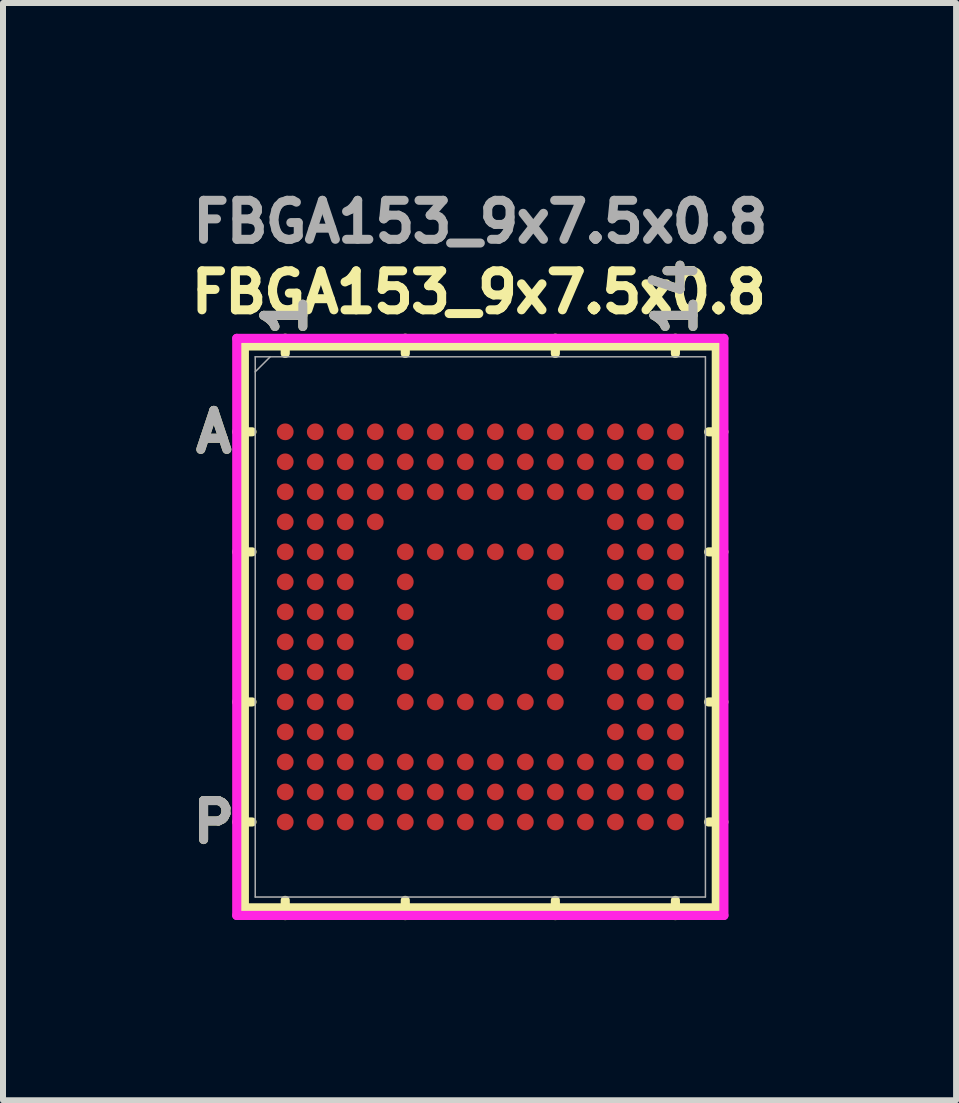
<source format=kicad_pcb>
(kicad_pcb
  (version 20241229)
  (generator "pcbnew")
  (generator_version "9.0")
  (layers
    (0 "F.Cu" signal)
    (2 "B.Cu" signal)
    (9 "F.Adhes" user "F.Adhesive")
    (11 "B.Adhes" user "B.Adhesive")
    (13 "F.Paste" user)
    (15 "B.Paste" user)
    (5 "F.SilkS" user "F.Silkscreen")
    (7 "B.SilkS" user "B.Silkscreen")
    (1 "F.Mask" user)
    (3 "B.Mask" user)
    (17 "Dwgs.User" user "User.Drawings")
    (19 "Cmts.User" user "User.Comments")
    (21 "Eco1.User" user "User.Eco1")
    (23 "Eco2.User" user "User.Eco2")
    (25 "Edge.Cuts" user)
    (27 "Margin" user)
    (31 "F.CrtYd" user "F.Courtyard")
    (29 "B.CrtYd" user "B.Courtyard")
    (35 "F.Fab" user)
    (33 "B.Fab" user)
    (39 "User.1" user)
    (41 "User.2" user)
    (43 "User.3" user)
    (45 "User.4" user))
  (footprint "FBGA153_9x7.5x0.8"
    (layer "F.Cu")
    (at 4.952 7.394)
    (property "Reference" "FBGA153_9x7.5x0.8" (at -0.025 -5.575 0) (unlocked yes) (layer "F.SilkS") (effects (font (size 0.65 0.65) (thickness 0.15))))
    (attr smd)
    (fp_line (start -3.931 -4.68) (end -3.931 4.68) (stroke (width 0.152) (type solid)) (layer "F.SilkS"))
    (fp_line (start -3.931 4.68) (end 3.931 4.68) (stroke (width 0.152) (type solid)) (layer "F.SilkS"))
    (fp_line (start -3.804 -3.25) (end -4.058 -3.25) (stroke (width 0.152) (type solid)) (layer "F.SilkS"))
    (fp_line (start -3.804 -1.25) (end -4.058 -1.25) (stroke (width 0.152) (type solid)) (layer "F.SilkS"))
    (fp_line (start -3.804 1.25) (end -4.058 1.25) (stroke (width 0.152) (type solid)) (layer "F.SilkS"))
    (fp_line (start -3.804 3.25) (end -4.058 3.25) (stroke (width 0.152) (type solid)) (layer "F.SilkS"))
    (fp_line (start -3.25 -4.556) (end -3.25 -4.81) (stroke (width 0.152) (type solid)) (layer "F.SilkS"))
    (fp_line (start -3.25 4.556) (end -3.25 4.81) (stroke (width 0.152) (type solid)) (layer "F.SilkS"))
    (fp_line (start -1.25 -4.556) (end -1.25 -4.81) (stroke (width 0.152) (type solid)) (layer "F.SilkS"))
    (fp_line (start -1.25 4.556) (end -1.25 4.81) (stroke (width 0.152) (type solid)) (layer "F.SilkS"))
    (fp_line (start 1.25 -4.556) (end 1.25 -4.81) (stroke (width 0.152) (type solid)) (layer "F.SilkS"))
    (fp_line (start 1.25 4.556) (end 1.25 4.81) (stroke (width 0.152) (type solid)) (layer "F.SilkS"))
    (fp_line (start 3.25 -4.556) (end 3.25 -4.81) (stroke (width 0.152) (type solid)) (layer "F.SilkS"))
    (fp_line (start 3.25 4.556) (end 3.25 4.81) (stroke (width 0.152) (type solid)) (layer "F.SilkS"))
    (fp_line (start 3.804 -3.25) (end 4.058 -3.25) (stroke (width 0.152) (type solid)) (layer "F.SilkS"))
    (fp_line (start 3.804 -1.25) (end 4.058 -1.25) (stroke (width 0.152) (type solid)) (layer "F.SilkS"))
    (fp_line (start 3.804 1.25) (end 4.058 1.25) (stroke (width 0.152) (type solid)) (layer "F.SilkS"))
    (fp_line (start 3.804 3.25) (end 4.058 3.25) (stroke (width 0.152) (type solid)) (layer "F.SilkS"))
    (fp_line (start 3.931 -4.68) (end -3.931 -4.68) (stroke (width 0.152) (type solid)) (layer "F.SilkS"))
    (fp_line (start 3.931 4.68) (end 3.931 -4.68) (stroke (width 0.152) (type solid)) (layer "F.SilkS"))
    (fp_line (start -4.058 -4.807) (end 4.058 -4.807) (stroke (width 0.152) (type solid)) (layer "F.CrtYd"))
    (fp_line (start -4.058 4.807) (end -4.058 -4.807) (stroke (width 0.152) (type solid)) (layer "F.CrtYd"))
    (fp_line (start 4.058 -4.807) (end 4.058 4.807) (stroke (width 0.152) (type solid)) (layer "F.CrtYd"))
    (fp_line (start 4.058 4.807) (end -4.058 4.807) (stroke (width 0.152) (type solid)) (layer "F.CrtYd"))
    (fp_line (start -3.75 -4.5) (end -3.75 4.5) (stroke (width 0.025) (type solid)) (layer "F.Fab"))
    (fp_line (start -3.75 4.5) (end 3.75 4.5) (stroke (width 0.025) (type solid)) (layer "F.Fab"))
    (fp_line (start -3.5 -4.5) (end -3.75 -4.25) (stroke (width 0.025) (type solid)) (layer "F.Fab"))
    (fp_line (start 3.75 -4.5) (end -3.75 -4.5) (stroke (width 0.025) (type solid)) (layer "F.Fab"))
    (fp_line (start 3.75 4.5) (end 3.75 -4.5) (stroke (width 0.025) (type solid)) (layer "F.Fab"))
    (fp_text user "1" (at -3.25 -5.19 90) (unlocked yes) (layer "F.SilkS") (effects (font (size 0.65 0.65) (thickness 0.15))))
    (fp_text user "A" (at -4.44 -3.25 0) (unlocked yes) (layer "F.SilkS") (effects (font (size 0.65 0.65) (thickness 0.15))))
    (fp_text user "P" (at -4.44 3.25 0) (unlocked yes) (layer "F.SilkS") (effects (font (size 0.65 0.65) (thickness 0.15))))
    (fp_text user "14" (at 3.25 -5.5 90) (unlocked yes) (layer "F.SilkS") (effects (font (size 0.65 0.65) (thickness 0.15))))
    (fp_text user "A" (at -4.44 -3.25 0) (unlocked yes) (layer "F.Fab") (effects (font (size 0.65 0.65) (thickness 0.15))))
    (fp_text user "1" (at -3.25 -5.19 90) (unlocked yes) (layer "F.Fab") (effects (font (size 0.65 0.65) (thickness 0.15))))
    (fp_text user "P" (at -4.44 3.25 0) (unlocked yes) (layer "F.Fab") (effects (font (size 0.65 0.65) (thickness 0.15))))
    (fp_text user "${REFERENCE}" (at 0 -6.75 0) (unlocked yes) (layer "F.Fab") (effects (font (size 0.65 0.65) (thickness 0.15))))
    (fp_text user "14" (at 3.25 -5.5 90) (unlocked yes) (layer "F.Fab") (effects (font (size 0.65 0.65) (thickness 0.15))))
    (pad "A1" smd circle (at -3.25 -3.25) (size 0.279 0.279) (layers "F.Cu" "F.Mask" "F.Paste"))
    (pad "A2" smd circle (at -2.75 -3.25) (size 0.279 0.279) (layers "F.Cu" "F.Mask" "F.Paste"))
    (pad "A3" smd circle (at -2.25 -3.25) (size 0.279 0.279) (layers "F.Cu" "F.Mask" "F.Paste"))
    (pad "A4" smd circle (at -1.75 -3.25) (size 0.279 0.279) (layers "F.Cu" "F.Mask" "F.Paste"))
    (pad "A5" smd circle (at -1.25 -3.25) (size 0.279 0.279) (layers "F.Cu" "F.Mask" "F.Paste"))
    (pad "A6" smd circle (at -0.75 -3.25) (size 0.279 0.279) (layers "F.Cu" "F.Mask" "F.Paste"))
    (pad "A7" smd circle (at -0.25 -3.25) (size 0.279 0.279) (layers "F.Cu" "F.Mask" "F.Paste"))
    (pad "A8" smd circle (at 0.25 -3.25) (size 0.279 0.279) (layers "F.Cu" "F.Mask" "F.Paste"))
    (pad "A9" smd circle (at 0.75 -3.25) (size 0.279 0.279) (layers "F.Cu" "F.Mask" "F.Paste"))
    (pad "A10" smd circle (at 1.25 -3.25) (size 0.279 0.279) (layers "F.Cu" "F.Mask" "F.Paste"))
    (pad "A11" smd circle (at 1.75 -3.25) (size 0.279 0.279) (layers "F.Cu" "F.Mask" "F.Paste"))
    (pad "A12" smd circle (at 2.25 -3.25) (size 0.279 0.279) (layers "F.Cu" "F.Mask" "F.Paste"))
    (pad "A13" smd circle (at 2.75 -3.25) (size 0.279 0.279) (layers "F.Cu" "F.Mask" "F.Paste"))
    (pad "A14" smd circle (at 3.25 -3.25) (size 0.279 0.279) (layers "F.Cu" "F.Mask" "F.Paste"))
    (pad "B1" smd circle (at -3.25 -2.75) (size 0.279 0.279) (layers "F.Cu" "F.Mask" "F.Paste"))
    (pad "B2" smd circle (at -2.75 -2.75) (size 0.279 0.279) (layers "F.Cu" "F.Mask" "F.Paste"))
    (pad "B3" smd circle (at -2.25 -2.75) (size 0.279 0.279) (layers "F.Cu" "F.Mask" "F.Paste"))
    (pad "B4" smd circle (at -1.75 -2.75) (size 0.279 0.279) (layers "F.Cu" "F.Mask" "F.Paste"))
    (pad "B5" smd circle (at -1.25 -2.75) (size 0.279 0.279) (layers "F.Cu" "F.Mask" "F.Paste"))
    (pad "B6" smd circle (at -0.75 -2.75) (size 0.279 0.279) (layers "F.Cu" "F.Mask" "F.Paste"))
    (pad "B7" smd circle (at -0.25 -2.75) (size 0.279 0.279) (layers "F.Cu" "F.Mask" "F.Paste"))
    (pad "B8" smd circle (at 0.25 -2.75) (size 0.279 0.279) (layers "F.Cu" "F.Mask" "F.Paste"))
    (pad "B9" smd circle (at 0.75 -2.75) (size 0.279 0.279) (layers "F.Cu" "F.Mask" "F.Paste"))
    (pad "B10" smd circle (at 1.25 -2.75) (size 0.279 0.279) (layers "F.Cu" "F.Mask" "F.Paste"))
    (pad "B11" smd circle (at 1.75 -2.75) (size 0.279 0.279) (layers "F.Cu" "F.Mask" "F.Paste"))
    (pad "B12" smd circle (at 2.25 -2.75) (size 0.279 0.279) (layers "F.Cu" "F.Mask" "F.Paste"))
    (pad "B13" smd circle (at 2.75 -2.75) (size 0.279 0.279) (layers "F.Cu" "F.Mask" "F.Paste"))
    (pad "B14" smd circle (at 3.25 -2.75) (size 0.279 0.279) (layers "F.Cu" "F.Mask" "F.Paste"))
    (pad "C1" smd circle (at -3.25 -2.25) (size 0.279 0.279) (layers "F.Cu" "F.Mask" "F.Paste"))
    (pad "C2" smd circle (at -2.75 -2.25) (size 0.279 0.279) (layers "F.Cu" "F.Mask" "F.Paste"))
    (pad "C3" smd circle (at -2.25 -2.25) (size 0.279 0.279) (layers "F.Cu" "F.Mask" "F.Paste"))
    (pad "C4" smd circle (at -1.75 -2.25) (size 0.279 0.279) (layers "F.Cu" "F.Mask" "F.Paste"))
    (pad "C5" smd circle (at -1.25 -2.25) (size 0.279 0.279) (layers "F.Cu" "F.Mask" "F.Paste"))
    (pad "C6" smd circle (at -0.75 -2.25) (size 0.279 0.279) (layers "F.Cu" "F.Mask" "F.Paste"))
    (pad "C7" smd circle (at -0.25 -2.25) (size 0.279 0.279) (layers "F.Cu" "F.Mask" "F.Paste"))
    (pad "C8" smd circle (at 0.25 -2.25) (size 0.279 0.279) (layers "F.Cu" "F.Mask" "F.Paste"))
    (pad "C9" smd circle (at 0.75 -2.25) (size 0.279 0.279) (layers "F.Cu" "F.Mask" "F.Paste"))
    (pad "C10" smd circle (at 1.25 -2.25) (size 0.279 0.279) (layers "F.Cu" "F.Mask" "F.Paste"))
    (pad "C11" smd circle (at 1.75 -2.25) (size 0.279 0.279) (layers "F.Cu" "F.Mask" "F.Paste"))
    (pad "C12" smd circle (at 2.25 -2.25) (size 0.279 0.279) (layers "F.Cu" "F.Mask" "F.Paste"))
    (pad "C13" smd circle (at 2.75 -2.25) (size 0.279 0.279) (layers "F.Cu" "F.Mask" "F.Paste"))
    (pad "C14" smd circle (at 3.25 -2.25) (size 0.279 0.279) (layers "F.Cu" "F.Mask" "F.Paste"))
    (pad "D1" smd circle (at -3.25 -1.75) (size 0.279 0.279) (layers "F.Cu" "F.Mask" "F.Paste"))
    (pad "D2" smd circle (at -2.75 -1.75) (size 0.279 0.279) (layers "F.Cu" "F.Mask" "F.Paste"))
    (pad "D3" smd circle (at -2.25 -1.75) (size 0.279 0.279) (layers "F.Cu" "F.Mask" "F.Paste"))
    (pad "D4" smd circle (at -1.75 -1.75) (size 0.279 0.279) (layers "F.Cu" "F.Mask" "F.Paste"))
    (pad "D12" smd circle (at 2.25 -1.75) (size 0.279 0.279) (layers "F.Cu" "F.Mask" "F.Paste"))
    (pad "D13" smd circle (at 2.75 -1.75) (size 0.279 0.279) (layers "F.Cu" "F.Mask" "F.Paste"))
    (pad "D14" smd circle (at 3.25 -1.75) (size 0.279 0.279) (layers "F.Cu" "F.Mask" "F.Paste"))
    (pad "E1" smd circle (at -3.25 -1.25) (size 0.279 0.279) (layers "F.Cu" "F.Mask" "F.Paste"))
    (pad "E2" smd circle (at -2.75 -1.25) (size 0.279 0.279) (layers "F.Cu" "F.Mask" "F.Paste"))
    (pad "E3" smd circle (at -2.25 -1.25) (size 0.279 0.279) (layers "F.Cu" "F.Mask" "F.Paste"))
    (pad "E5" smd circle (at -1.25 -1.25) (size 0.279 0.279) (layers "F.Cu" "F.Mask" "F.Paste"))
    (pad "E6" smd circle (at -0.75 -1.25) (size 0.279 0.279) (layers "F.Cu" "F.Mask" "F.Paste"))
    (pad "E7" smd circle (at -0.25 -1.25) (size 0.279 0.279) (layers "F.Cu" "F.Mask" "F.Paste"))
    (pad "E8" smd circle (at 0.25 -1.25) (size 0.279 0.279) (layers "F.Cu" "F.Mask" "F.Paste"))
    (pad "E9" smd circle (at 0.75 -1.25) (size 0.279 0.279) (layers "F.Cu" "F.Mask" "F.Paste"))
    (pad "E10" smd circle (at 1.25 -1.25) (size 0.279 0.279) (layers "F.Cu" "F.Mask" "F.Paste"))
    (pad "E12" smd circle (at 2.25 -1.25) (size 0.279 0.279) (layers "F.Cu" "F.Mask" "F.Paste"))
    (pad "E13" smd circle (at 2.75 -1.25) (size 0.279 0.279) (layers "F.Cu" "F.Mask" "F.Paste"))
    (pad "E14" smd circle (at 3.25 -1.25) (size 0.279 0.279) (layers "F.Cu" "F.Mask" "F.Paste"))
    (pad "F1" smd circle (at -3.25 -0.75) (size 0.279 0.279) (layers "F.Cu" "F.Mask" "F.Paste"))
    (pad "F2" smd circle (at -2.75 -0.75) (size 0.279 0.279) (layers "F.Cu" "F.Mask" "F.Paste"))
    (pad "F3" smd circle (at -2.25 -0.75) (size 0.279 0.279) (layers "F.Cu" "F.Mask" "F.Paste"))
    (pad "F5" smd circle (at -1.25 -0.75) (size 0.279 0.279) (layers "F.Cu" "F.Mask" "F.Paste"))
    (pad "F10" smd circle (at 1.25 -0.75) (size 0.279 0.279) (layers "F.Cu" "F.Mask" "F.Paste"))
    (pad "F12" smd circle (at 2.25 -0.75) (size 0.279 0.279) (layers "F.Cu" "F.Mask" "F.Paste"))
    (pad "F13" smd circle (at 2.75 -0.75) (size 0.279 0.279) (layers "F.Cu" "F.Mask" "F.Paste"))
    (pad "F14" smd circle (at 3.25 -0.75) (size 0.279 0.279) (layers "F.Cu" "F.Mask" "F.Paste"))
    (pad "G1" smd circle (at -3.25 -0.25) (size 0.279 0.279) (layers "F.Cu" "F.Mask" "F.Paste"))
    (pad "G2" smd circle (at -2.75 -0.25) (size 0.279 0.279) (layers "F.Cu" "F.Mask" "F.Paste"))
    (pad "G3" smd circle (at -2.25 -0.25) (size 0.279 0.279) (layers "F.Cu" "F.Mask" "F.Paste"))
    (pad "G5" smd circle (at -1.25 -0.25) (size 0.279 0.279) (layers "F.Cu" "F.Mask" "F.Paste"))
    (pad "G10" smd circle (at 1.25 -0.25) (size 0.279 0.279) (layers "F.Cu" "F.Mask" "F.Paste"))
    (pad "G12" smd circle (at 2.25 -0.25) (size 0.279 0.279) (layers "F.Cu" "F.Mask" "F.Paste"))
    (pad "G13" smd circle (at 2.75 -0.25) (size 0.279 0.279) (layers "F.Cu" "F.Mask" "F.Paste"))
    (pad "G14" smd circle (at 3.25 -0.25) (size 0.279 0.279) (layers "F.Cu" "F.Mask" "F.Paste"))
    (pad "H1" smd circle (at -3.25 0.25) (size 0.279 0.279) (layers "F.Cu" "F.Mask" "F.Paste"))
    (pad "H2" smd circle (at -2.75 0.25) (size 0.279 0.279) (layers "F.Cu" "F.Mask" "F.Paste"))
    (pad "H3" smd circle (at -2.25 0.25) (size 0.279 0.279) (layers "F.Cu" "F.Mask" "F.Paste"))
    (pad "H5" smd circle (at -1.25 0.25) (size 0.279 0.279) (layers "F.Cu" "F.Mask" "F.Paste"))
    (pad "H10" smd circle (at 1.25 0.25) (size 0.279 0.279) (layers "F.Cu" "F.Mask" "F.Paste"))
    (pad "H12" smd circle (at 2.25 0.25) (size 0.279 0.279) (layers "F.Cu" "F.Mask" "F.Paste"))
    (pad "H13" smd circle (at 2.75 0.25) (size 0.279 0.279) (layers "F.Cu" "F.Mask" "F.Paste"))
    (pad "H14" smd circle (at 3.25 0.25) (size 0.279 0.279) (layers "F.Cu" "F.Mask" "F.Paste"))
    (pad "J1" smd circle (at -3.25 0.75) (size 0.279 0.279) (layers "F.Cu" "F.Mask" "F.Paste"))
    (pad "J2" smd circle (at -2.75 0.75) (size 0.279 0.279) (layers "F.Cu" "F.Mask" "F.Paste"))
    (pad "J3" smd circle (at -2.25 0.75) (size 0.279 0.279) (layers "F.Cu" "F.Mask" "F.Paste"))
    (pad "J5" smd circle (at -1.25 0.75) (size 0.279 0.279) (layers "F.Cu" "F.Mask" "F.Paste"))
    (pad "J10" smd circle (at 1.25 0.75) (size 0.279 0.279) (layers "F.Cu" "F.Mask" "F.Paste"))
    (pad "J12" smd circle (at 2.25 0.75) (size 0.279 0.279) (layers "F.Cu" "F.Mask" "F.Paste"))
    (pad "J13" smd circle (at 2.75 0.75) (size 0.279 0.279) (layers "F.Cu" "F.Mask" "F.Paste"))
    (pad "J14" smd circle (at 3.25 0.75) (size 0.279 0.279) (layers "F.Cu" "F.Mask" "F.Paste"))
    (pad "K1" smd circle (at -3.25 1.25) (size 0.279 0.279) (layers "F.Cu" "F.Mask" "F.Paste"))
    (pad "K2" smd circle (at -2.75 1.25) (size 0.279 0.279) (layers "F.Cu" "F.Mask" "F.Paste"))
    (pad "K3" smd circle (at -2.25 1.25) (size 0.279 0.279) (layers "F.Cu" "F.Mask" "F.Paste"))
    (pad "K5" smd circle (at -1.25 1.25) (size 0.279 0.279) (layers "F.Cu" "F.Mask" "F.Paste"))
    (pad "K6" smd circle (at -0.75 1.25) (size 0.279 0.279) (layers "F.Cu" "F.Mask" "F.Paste"))
    (pad "K7" smd circle (at -0.25 1.25) (size 0.279 0.279) (layers "F.Cu" "F.Mask" "F.Paste"))
    (pad "K8" smd circle (at 0.25 1.25) (size 0.279 0.279) (layers "F.Cu" "F.Mask" "F.Paste"))
    (pad "K9" smd circle (at 0.75 1.25) (size 0.279 0.279) (layers "F.Cu" "F.Mask" "F.Paste"))
    (pad "K10" smd circle (at 1.25 1.25) (size 0.279 0.279) (layers "F.Cu" "F.Mask" "F.Paste"))
    (pad "K12" smd circle (at 2.25 1.25) (size 0.279 0.279) (layers "F.Cu" "F.Mask" "F.Paste"))
    (pad "K13" smd circle (at 2.75 1.25) (size 0.279 0.279) (layers "F.Cu" "F.Mask" "F.Paste"))
    (pad "K14" smd circle (at 3.25 1.25) (size 0.279 0.279) (layers "F.Cu" "F.Mask" "F.Paste"))
    (pad "L1" smd circle (at -3.25 1.75) (size 0.279 0.279) (layers "F.Cu" "F.Mask" "F.Paste"))
    (pad "L2" smd circle (at -2.75 1.75) (size 0.279 0.279) (layers "F.Cu" "F.Mask" "F.Paste"))
    (pad "L3" smd circle (at -2.25 1.75) (size 0.279 0.279) (layers "F.Cu" "F.Mask" "F.Paste"))
    (pad "L12" smd circle (at 2.25 1.75) (size 0.279 0.279) (layers "F.Cu" "F.Mask" "F.Paste"))
    (pad "L13" smd circle (at 2.75 1.75) (size 0.279 0.279) (layers "F.Cu" "F.Mask" "F.Paste"))
    (pad "L14" smd circle (at 3.25 1.75) (size 0.279 0.279) (layers "F.Cu" "F.Mask" "F.Paste"))
    (pad "M1" smd circle (at -3.25 2.25) (size 0.279 0.279) (layers "F.Cu" "F.Mask" "F.Paste"))
    (pad "M2" smd circle (at -2.75 2.25) (size 0.279 0.279) (layers "F.Cu" "F.Mask" "F.Paste"))
    (pad "M3" smd circle (at -2.25 2.25) (size 0.279 0.279) (layers "F.Cu" "F.Mask" "F.Paste"))
    (pad "M4" smd circle (at -1.75 2.25) (size 0.279 0.279) (layers "F.Cu" "F.Mask" "F.Paste"))
    (pad "M5" smd circle (at -1.25 2.25) (size 0.279 0.279) (layers "F.Cu" "F.Mask" "F.Paste"))
    (pad "M6" smd circle (at -0.75 2.25) (size 0.279 0.279) (layers "F.Cu" "F.Mask" "F.Paste"))
    (pad "M7" smd circle (at -0.25 2.25) (size 0.279 0.279) (layers "F.Cu" "F.Mask" "F.Paste"))
    (pad "M8" smd circle (at 0.25 2.25) (size 0.279 0.279) (layers "F.Cu" "F.Mask" "F.Paste"))
    (pad "M9" smd circle (at 0.75 2.25) (size 0.279 0.279) (layers "F.Cu" "F.Mask" "F.Paste"))
    (pad "M10" smd circle (at 1.25 2.25) (size 0.279 0.279) (layers "F.Cu" "F.Mask" "F.Paste"))
    (pad "M11" smd circle (at 1.75 2.25) (size 0.279 0.279) (layers "F.Cu" "F.Mask" "F.Paste"))
    (pad "M12" smd circle (at 2.25 2.25) (size 0.279 0.279) (layers "F.Cu" "F.Mask" "F.Paste"))
    (pad "M13" smd circle (at 2.75 2.25) (size 0.279 0.279) (layers "F.Cu" "F.Mask" "F.Paste"))
    (pad "M14" smd circle (at 3.25 2.25) (size 0.279 0.279) (layers "F.Cu" "F.Mask" "F.Paste"))
    (pad "N1" smd circle (at -3.25 2.75) (size 0.279 0.279) (layers "F.Cu" "F.Mask" "F.Paste"))
    (pad "N2" smd circle (at -2.75 2.75) (size 0.279 0.279) (layers "F.Cu" "F.Mask" "F.Paste"))
    (pad "N3" smd circle (at -2.25 2.75) (size 0.279 0.279) (layers "F.Cu" "F.Mask" "F.Paste"))
    (pad "N4" smd circle (at -1.75 2.75) (size 0.279 0.279) (layers "F.Cu" "F.Mask" "F.Paste"))
    (pad "N5" smd circle (at -1.25 2.75) (size 0.279 0.279) (layers "F.Cu" "F.Mask" "F.Paste"))
    (pad "N6" smd circle (at -0.75 2.75) (size 0.279 0.279) (layers "F.Cu" "F.Mask" "F.Paste"))
    (pad "N7" smd circle (at -0.25 2.75) (size 0.279 0.279) (layers "F.Cu" "F.Mask" "F.Paste"))
    (pad "N8" smd circle (at 0.25 2.75) (size 0.279 0.279) (layers "F.Cu" "F.Mask" "F.Paste"))
    (pad "N9" smd circle (at 0.75 2.75) (size 0.279 0.279) (layers "F.Cu" "F.Mask" "F.Paste"))
    (pad "N10" smd circle (at 1.25 2.75) (size 0.279 0.279) (layers "F.Cu" "F.Mask" "F.Paste"))
    (pad "N11" smd circle (at 1.75 2.75) (size 0.279 0.279) (layers "F.Cu" "F.Mask" "F.Paste"))
    (pad "N12" smd circle (at 2.25 2.75) (size 0.279 0.279) (layers "F.Cu" "F.Mask" "F.Paste"))
    (pad "N13" smd circle (at 2.75 2.75) (size 0.279 0.279) (layers "F.Cu" "F.Mask" "F.Paste"))
    (pad "N14" smd circle (at 3.25 2.75) (size 0.279 0.279) (layers "F.Cu" "F.Mask" "F.Paste"))
    (pad "P1" smd circle (at -3.25 3.25) (size 0.279 0.279) (layers "F.Cu" "F.Mask" "F.Paste"))
    (pad "P2" smd circle (at -2.75 3.25) (size 0.279 0.279) (layers "F.Cu" "F.Mask" "F.Paste"))
    (pad "P3" smd circle (at -2.25 3.25) (size 0.279 0.279) (layers "F.Cu" "F.Mask" "F.Paste"))
    (pad "P4" smd circle (at -1.75 3.25) (size 0.279 0.279) (layers "F.Cu" "F.Mask" "F.Paste"))
    (pad "P5" smd circle (at -1.25 3.25) (size 0.279 0.279) (layers "F.Cu" "F.Mask" "F.Paste"))
    (pad "P6" smd circle (at -0.75 3.25) (size 0.279 0.279) (layers "F.Cu" "F.Mask" "F.Paste"))
    (pad "P7" smd circle (at -0.25 3.25) (size 0.279 0.279) (layers "F.Cu" "F.Mask" "F.Paste"))
    (pad "P8" smd circle (at 0.25 3.25) (size 0.279 0.279) (layers "F.Cu" "F.Mask" "F.Paste"))
    (pad "P9" smd circle (at 0.75 3.25) (size 0.279 0.279) (layers "F.Cu" "F.Mask" "F.Paste"))
    (pad "P10" smd circle (at 1.25 3.25) (size 0.279 0.279) (layers "F.Cu" "F.Mask" "F.Paste"))
    (pad "P11" smd circle (at 1.75 3.25) (size 0.279 0.279) (layers "F.Cu" "F.Mask" "F.Paste"))
    (pad "P12" smd circle (at 2.25 3.25) (size 0.279 0.279) (layers "F.Cu" "F.Mask" "F.Paste"))
    (pad "P13" smd circle (at 2.75 3.25) (size 0.279 0.279) (layers "F.Cu" "F.Mask" "F.Paste"))
    (pad "P14" smd circle (at 3.25 3.25) (size 0.279 0.279) (layers "F.Cu" "F.Mask" "F.Paste")))
  (gr_rect
    (start -3 -3)
    (end 12.878 15.28)
    (stroke (width 0.1) (type default))
    (fill no)
    (layer "Edge.Cuts")))
</source>
